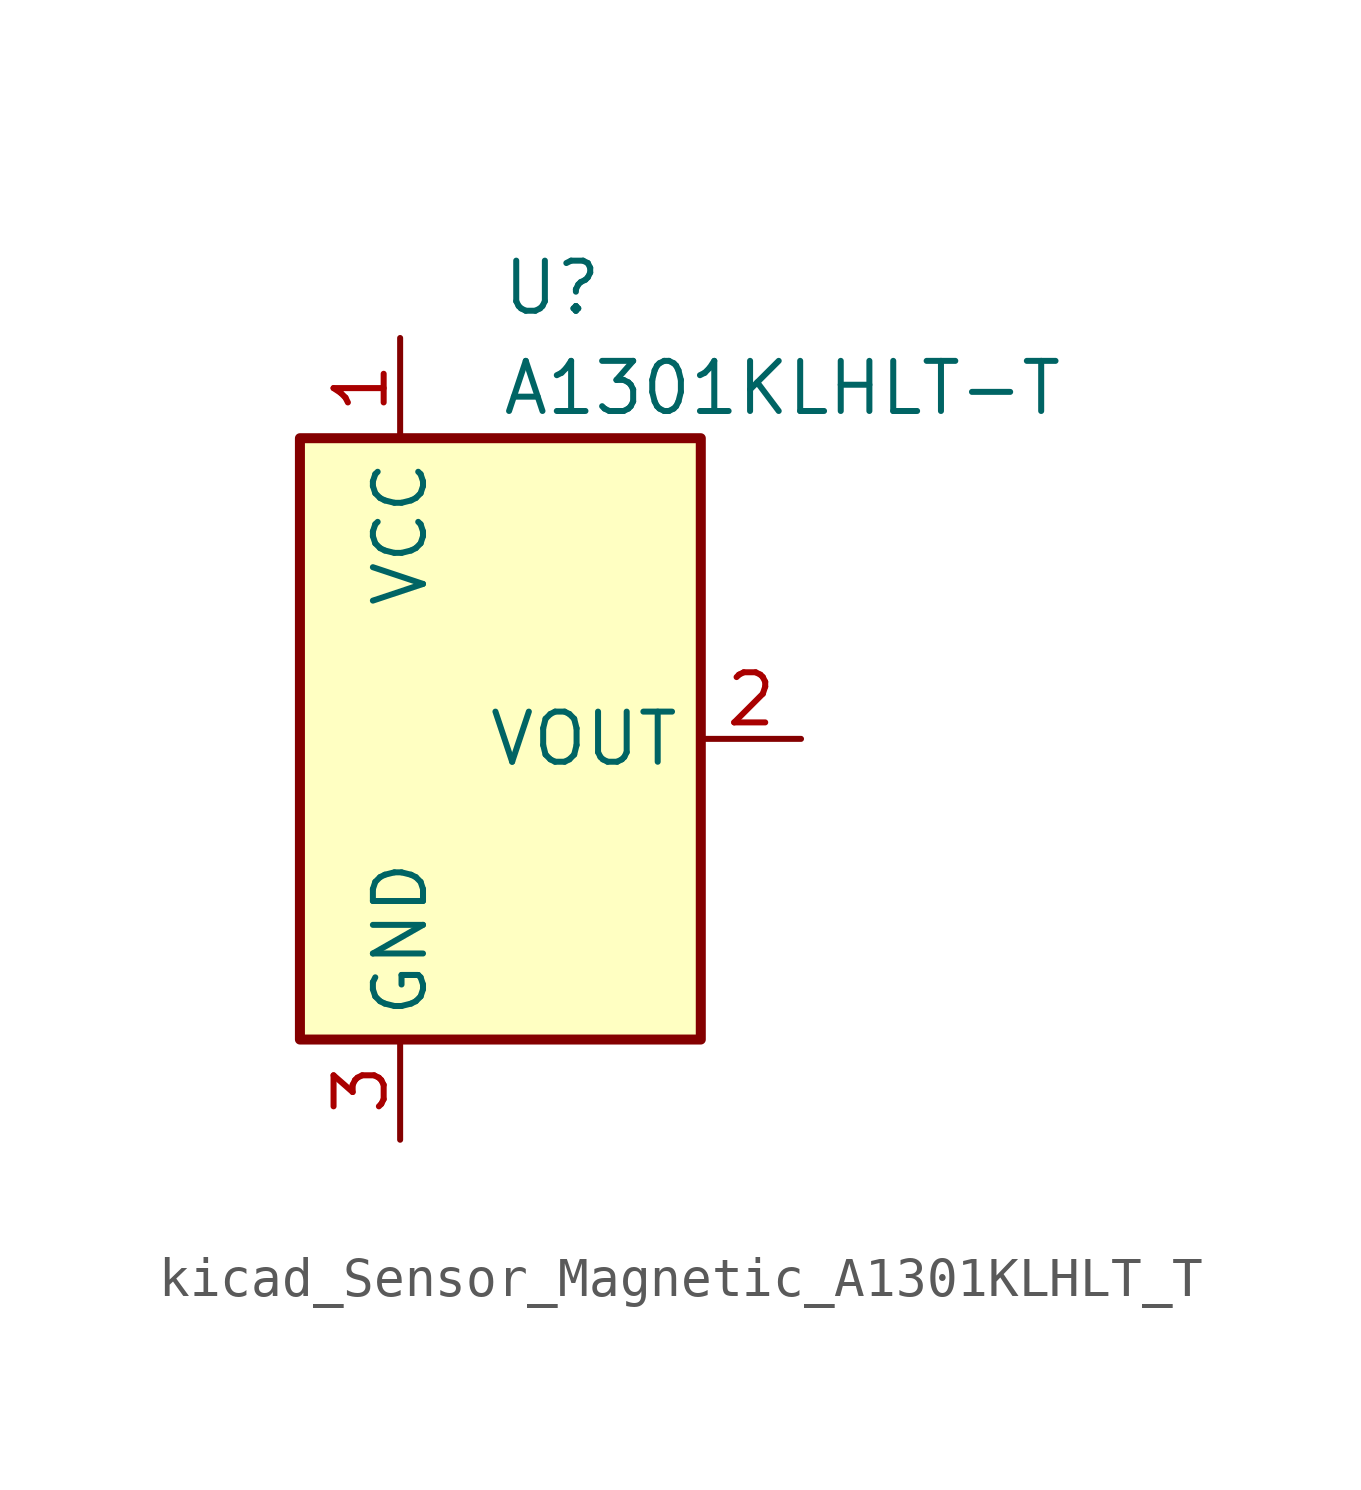
<source format=kicad_sym>
(kicad_symbol_lib
  (version 20220914)
  (generator kicad_symbol_editor)
  (symbol "kicad_Sensor_Magnetic_A1301KLHLT_T"
    (property "Reference" "U"
      (at 0 11.43 0)
      (effects (font (size 1.27 1.27)) (justify left)))
    (property "Value" "A1301KLHLT-T"
      (at 0 8.89 0)
      (effects (font (size 1.27 1.27)) (justify left)))
    (symbol "kicad_Sensor_Magnetic_A1301KLHLT_T_0_1"
      (rectangle (start -5.08 7.62) (end 5.08 -7.62) (stroke (width 0.254) (type default)) (fill (type background))))
    (symbol "kicad_Sensor_Magnetic_A1301KLHLT_T_1_1"
      (pin power_in line (at -2.54 10.16 270) (length 2.54) (name "VCC" (effects (font (size 1.27 1.27)))) (number "1" (effects (font (size 1.27 1.27)))))
      (pin output line (at 7.62 0 180) (length 2.54) (name "VOUT" (effects (font (size 1.27 1.27)))) (number "2" (effects (font (size 1.27 1.27)))))
      (pin power_in line (at -2.54 -10.16 90) (length 2.54) (name "GND" (effects (font (size 1.27 1.27)))) (number "3" (effects (font (size 1.27 1.27))))))))
</source>
